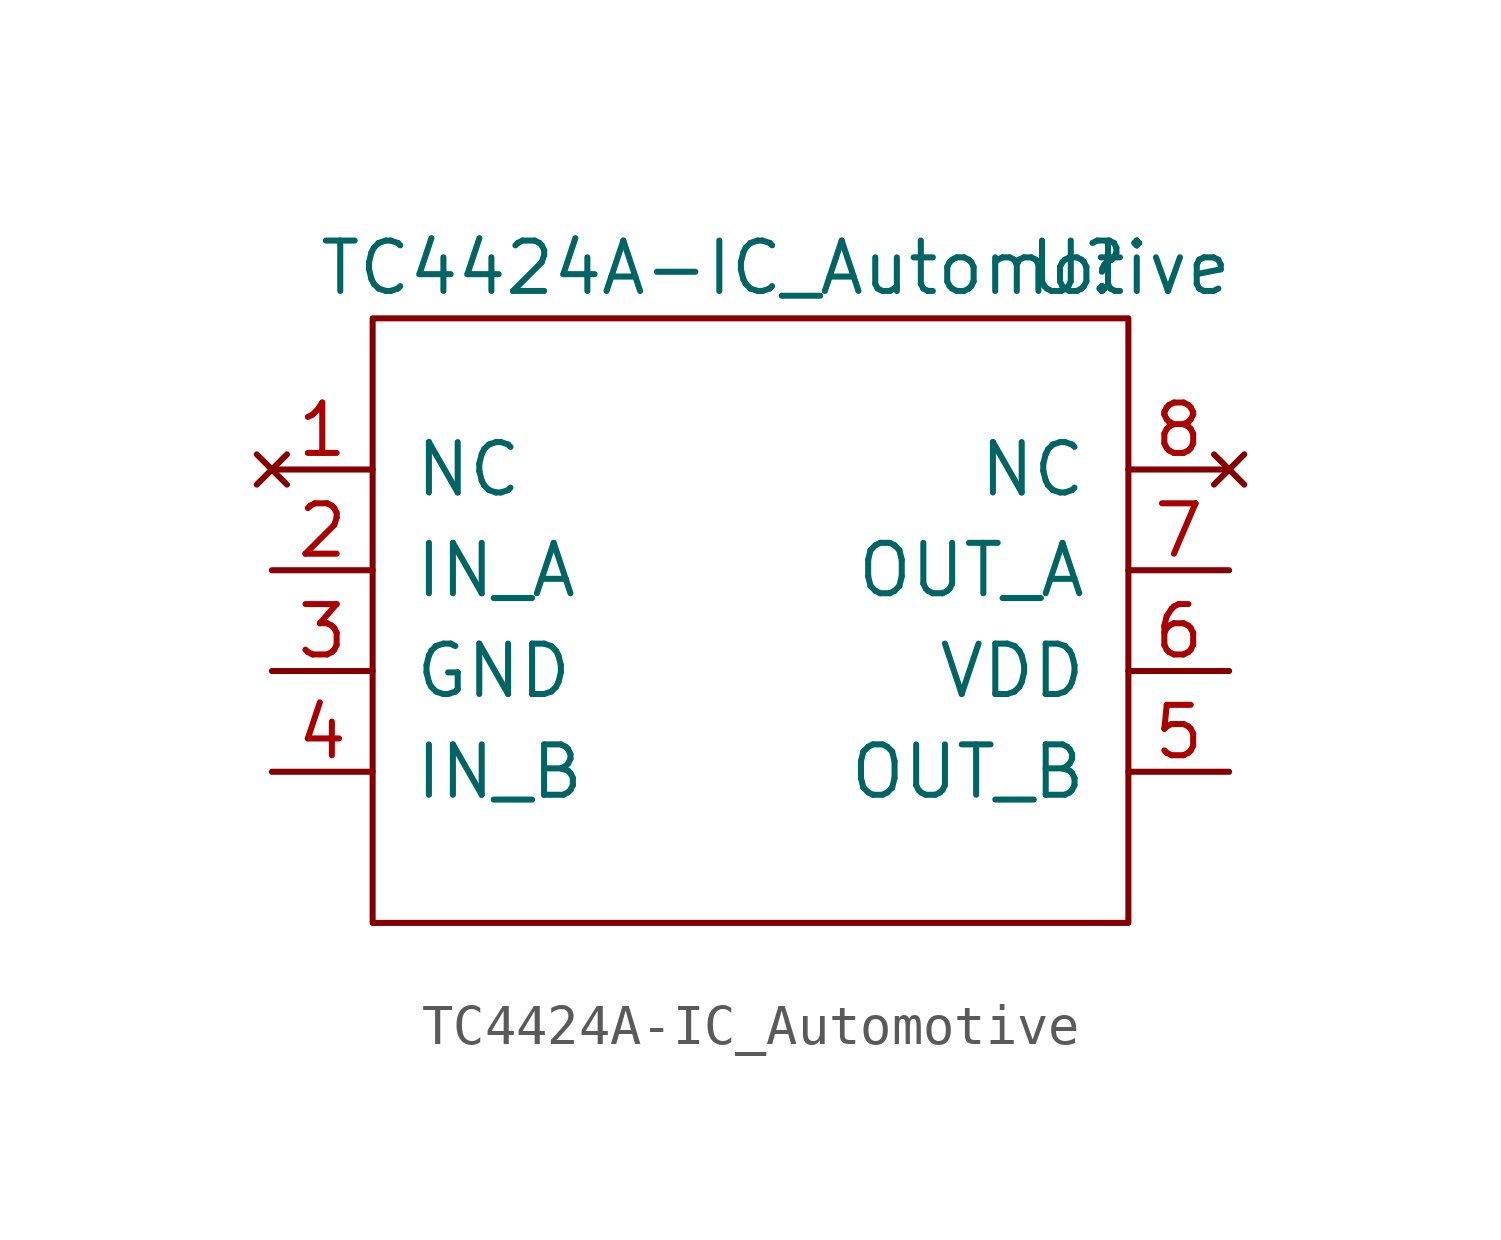
<source format=kicad_sym>
(kicad_symbol_lib
  (version 20241209)
  (generator "kicad_symbol_editor")
  (generator_version "9.0")
  (symbol "TC4424A-IC_Automotive"
    (pin_names
      (offset 1.016))
    (property "Reference" "U"
      (at -7.62 38.1 0)
      (effects (font (size 1.27 1.27))))
    (property "Value" "TC4424A-IC_Automotive"
      (at -15.24 38.1 0)
      (effects (font (size 1.27 1.27))))
    (symbol "TC4424A-IC_Automotive_0_1"
      (rectangle (start -25.4 36.83) (end -6.35 21.59) (stroke (width 0) (type solid)) (fill (type none))))
    (symbol "TC4424A-IC_Automotive_1_1"
      (pin no_connect line (at -27.94 33.02 0) (length 2.54) (name "NC" (effects (font (size 1.27 1.27)))) (number "1" (effects (font (size 1.27 1.27)))))
      (pin input line (at -27.94 30.48 0) (length 2.54) (name "IN_A" (effects (font (size 1.27 1.27)))) (number "2" (effects (font (size 1.27 1.27)))))
      (pin power_in line (at -27.94 27.94 0) (length 2.54) (name "GND" (effects (font (size 1.27 1.27)))) (number "3" (effects (font (size 1.27 1.27)))))
      (pin input line (at -27.94 25.4 0) (length 2.54) (name "IN_B" (effects (font (size 1.27 1.27)))) (number "4" (effects (font (size 1.27 1.27)))))
      (pin no_connect line (at -3.81 33.02 180) (length 2.54) (name "NC" (effects (font (size 1.27 1.27)))) (number "8" (effects (font (size 1.27 1.27)))))
      (pin output line (at -3.81 30.48 180) (length 2.54) (name "OUT_A" (effects (font (size 1.27 1.27)))) (number "7" (effects (font (size 1.27 1.27)))))
      (pin power_in line (at -3.81 27.94 180) (length 2.54) (name "VDD" (effects (font (size 1.27 1.27)))) (number "6" (effects (font (size 1.27 1.27)))))
      (pin input line (at -3.81 25.4 180) (length 2.54) (name "OUT_B" (effects (font (size 1.27 1.27)))) (number "5" (effects (font (size 1.27 1.27))))))))
</source>
